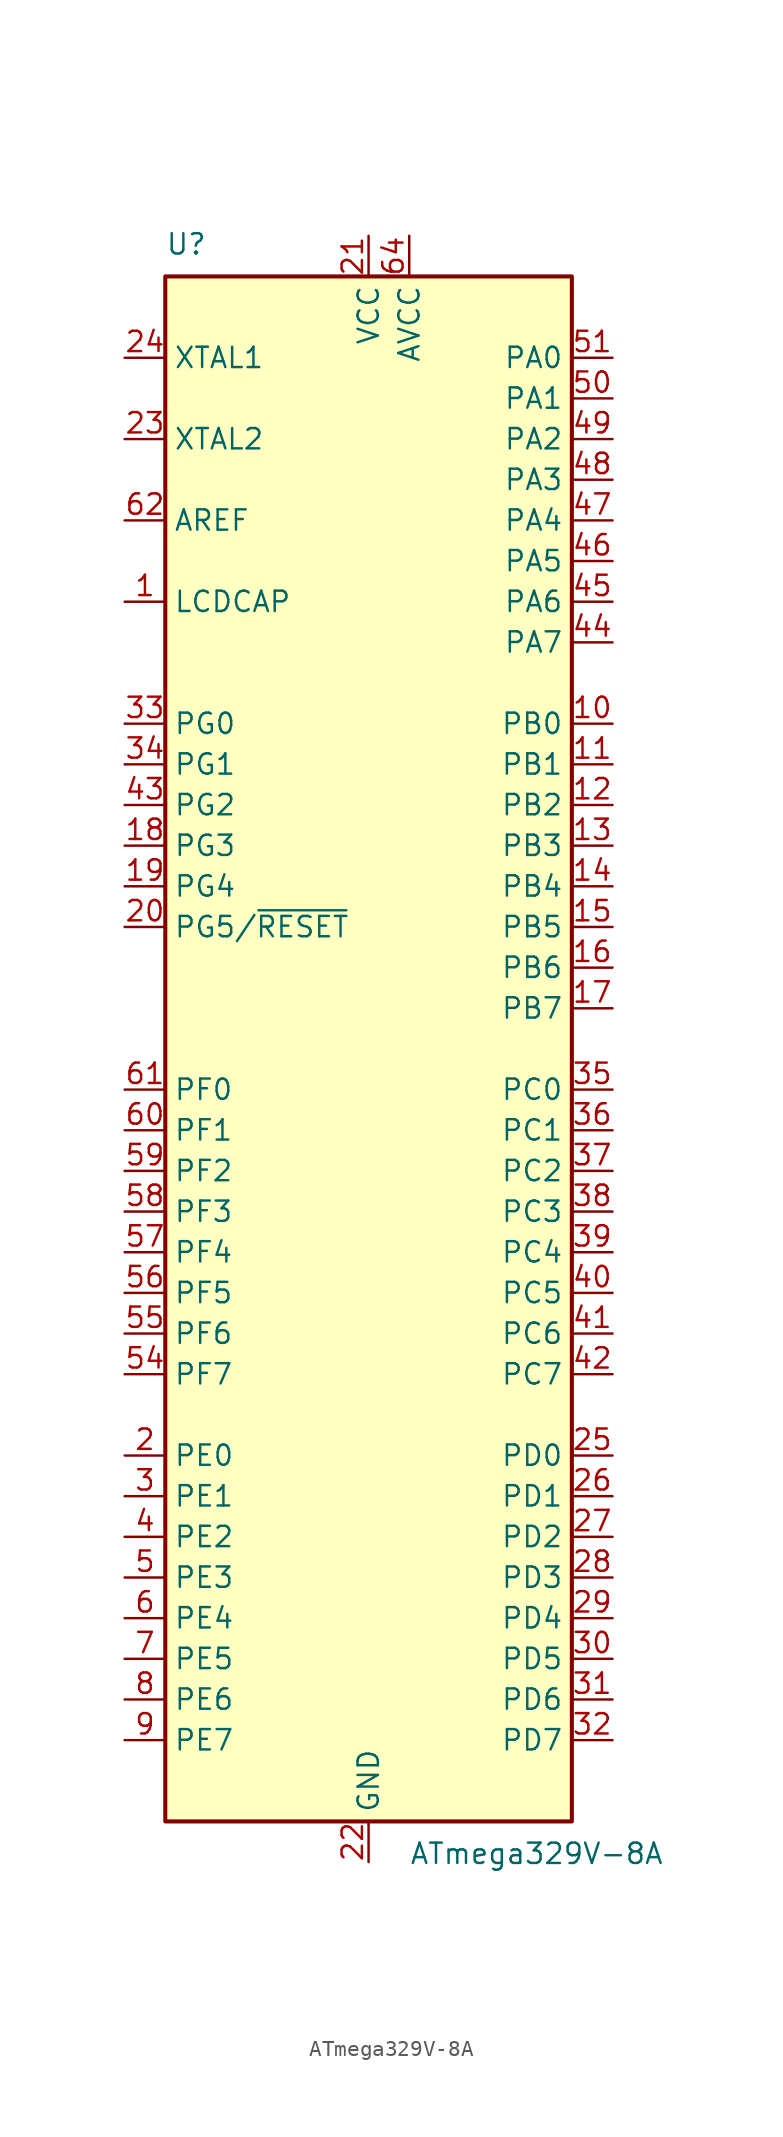
<source format=kicad_sym>
(kicad_symbol_lib
  (version 20201005)
  (generator kicad_symbol_editor)
  (symbol "MCU_Microchip_ATmega:ATmega329V-8A"
    (property "Reference" "U"
      (at -12.7 49.53 0)
      (effects (font (size 1.27 1.27)) (justify left bottom)))
    (property "Value" "ATmega329V-8A"
      (at 2.54 -49.53 0)
      (effects (font (size 1.27 1.27)) (justify left top)))
    (symbol "ATmega329V-8A_0_1"
      (rectangle (start -12.7 -48.26) (end 12.7 48.26) (stroke (width 0.254)) (fill (type background))))
    (symbol "ATmega329V-8A_1_1"
      (pin passive line (at -15.24 27.94 0) (length 2.54) (name "LCDCAP" (effects (font (size 1.27 1.27)))) (number "1" (effects (font (size 1.27 1.27)))))
      (pin bidirectional line (at 15.24 20.32 180) (length 2.54) (name "PB0" (effects (font (size 1.27 1.27)))) (number "10" (effects (font (size 1.27 1.27)))))
      (pin bidirectional line (at 15.24 17.78 180) (length 2.54) (name "PB1" (effects (font (size 1.27 1.27)))) (number "11" (effects (font (size 1.27 1.27)))))
      (pin bidirectional line (at 15.24 15.24 180) (length 2.54) (name "PB2" (effects (font (size 1.27 1.27)))) (number "12" (effects (font (size 1.27 1.27)))))
      (pin bidirectional line (at 15.24 12.7 180) (length 2.54) (name "PB3" (effects (font (size 1.27 1.27)))) (number "13" (effects (font (size 1.27 1.27)))))
      (pin bidirectional line (at 15.24 10.16 180) (length 2.54) (name "PB4" (effects (font (size 1.27 1.27)))) (number "14" (effects (font (size 1.27 1.27)))))
      (pin bidirectional line (at 15.24 7.62 180) (length 2.54) (name "PB5" (effects (font (size 1.27 1.27)))) (number "15" (effects (font (size 1.27 1.27)))))
      (pin bidirectional line (at 15.24 5.08 180) (length 2.54) (name "PB6" (effects (font (size 1.27 1.27)))) (number "16" (effects (font (size 1.27 1.27)))))
      (pin bidirectional line (at 15.24 2.54 180) (length 2.54) (name "PB7" (effects (font (size 1.27 1.27)))) (number "17" (effects (font (size 1.27 1.27)))))
      (pin bidirectional line (at -15.24 12.7 0) (length 2.54) (name "PG3" (effects (font (size 1.27 1.27)))) (number "18" (effects (font (size 1.27 1.27)))))
      (pin bidirectional line (at -15.24 10.16 0) (length 2.54) (name "PG4" (effects (font (size 1.27 1.27)))) (number "19" (effects (font (size 1.27 1.27)))))
      (pin bidirectional line (at -15.24 -25.4 0) (length 2.54) (name "PE0" (effects (font (size 1.27 1.27)))) (number "2" (effects (font (size 1.27 1.27)))))
      (pin bidirectional line (at -15.24 7.62 0) (length 2.54) (name "PG5/~RESET" (effects (font (size 1.27 1.27)))) (number "20" (effects (font (size 1.27 1.27)))))
      (pin power_in line (at 0 50.8 270) (length 2.54) (name "VCC" (effects (font (size 1.27 1.27)))) (number "21" (effects (font (size 1.27 1.27)))))
      (pin power_in line (at 0 -50.8 90) (length 2.54) (name "GND" (effects (font (size 1.27 1.27)))) (number "22" (effects (font (size 1.27 1.27)))))
      (pin output line (at -15.24 38.1 0) (length 2.54) (name "XTAL2" (effects (font (size 1.27 1.27)))) (number "23" (effects (font (size 1.27 1.27)))))
      (pin input line (at -15.24 43.18 0) (length 2.54) (name "XTAL1" (effects (font (size 1.27 1.27)))) (number "24" (effects (font (size 1.27 1.27)))))
      (pin bidirectional line (at 15.24 -25.4 180) (length 2.54) (name "PD0" (effects (font (size 1.27 1.27)))) (number "25" (effects (font (size 1.27 1.27)))))
      (pin bidirectional line (at 15.24 -27.94 180) (length 2.54) (name "PD1" (effects (font (size 1.27 1.27)))) (number "26" (effects (font (size 1.27 1.27)))))
      (pin bidirectional line (at 15.24 -30.48 180) (length 2.54) (name "PD2" (effects (font (size 1.27 1.27)))) (number "27" (effects (font (size 1.27 1.27)))))
      (pin bidirectional line (at 15.24 -33.02 180) (length 2.54) (name "PD3" (effects (font (size 1.27 1.27)))) (number "28" (effects (font (size 1.27 1.27)))))
      (pin bidirectional line (at 15.24 -35.56 180) (length 2.54) (name "PD4" (effects (font (size 1.27 1.27)))) (number "29" (effects (font (size 1.27 1.27)))))
      (pin bidirectional line (at -15.24 -27.94 0) (length 2.54) (name "PE1" (effects (font (size 1.27 1.27)))) (number "3" (effects (font (size 1.27 1.27)))))
      (pin bidirectional line (at 15.24 -38.1 180) (length 2.54) (name "PD5" (effects (font (size 1.27 1.27)))) (number "30" (effects (font (size 1.27 1.27)))))
      (pin bidirectional line (at 15.24 -40.64 180) (length 2.54) (name "PD6" (effects (font (size 1.27 1.27)))) (number "31" (effects (font (size 1.27 1.27)))))
      (pin bidirectional line (at 15.24 -43.18 180) (length 2.54) (name "PD7" (effects (font (size 1.27 1.27)))) (number "32" (effects (font (size 1.27 1.27)))))
      (pin bidirectional line (at -15.24 20.32 0) (length 2.54) (name "PG0" (effects (font (size 1.27 1.27)))) (number "33" (effects (font (size 1.27 1.27)))))
      (pin bidirectional line (at -15.24 17.78 0) (length 2.54) (name "PG1" (effects (font (size 1.27 1.27)))) (number "34" (effects (font (size 1.27 1.27)))))
      (pin bidirectional line (at 15.24 -2.54 180) (length 2.54) (name "PC0" (effects (font (size 1.27 1.27)))) (number "35" (effects (font (size 1.27 1.27)))))
      (pin bidirectional line (at 15.24 -5.08 180) (length 2.54) (name "PC1" (effects (font (size 1.27 1.27)))) (number "36" (effects (font (size 1.27 1.27)))))
      (pin bidirectional line (at 15.24 -7.62 180) (length 2.54) (name "PC2" (effects (font (size 1.27 1.27)))) (number "37" (effects (font (size 1.27 1.27)))))
      (pin bidirectional line (at 15.24 -10.16 180) (length 2.54) (name "PC3" (effects (font (size 1.27 1.27)))) (number "38" (effects (font (size 1.27 1.27)))))
      (pin bidirectional line (at 15.24 -12.7 180) (length 2.54) (name "PC4" (effects (font (size 1.27 1.27)))) (number "39" (effects (font (size 1.27 1.27)))))
      (pin bidirectional line (at -15.24 -30.48 0) (length 2.54) (name "PE2" (effects (font (size 1.27 1.27)))) (number "4" (effects (font (size 1.27 1.27)))))
      (pin bidirectional line (at 15.24 -15.24 180) (length 2.54) (name "PC5" (effects (font (size 1.27 1.27)))) (number "40" (effects (font (size 1.27 1.27)))))
      (pin bidirectional line (at 15.24 -17.78 180) (length 2.54) (name "PC6" (effects (font (size 1.27 1.27)))) (number "41" (effects (font (size 1.27 1.27)))))
      (pin bidirectional line (at 15.24 -20.32 180) (length 2.54) (name "PC7" (effects (font (size 1.27 1.27)))) (number "42" (effects (font (size 1.27 1.27)))))
      (pin bidirectional line (at -15.24 15.24 0) (length 2.54) (name "PG2" (effects (font (size 1.27 1.27)))) (number "43" (effects (font (size 1.27 1.27)))))
      (pin bidirectional line (at 15.24 25.4 180) (length 2.54) (name "PA7" (effects (font (size 1.27 1.27)))) (number "44" (effects (font (size 1.27 1.27)))))
      (pin bidirectional line (at 15.24 27.94 180) (length 2.54) (name "PA6" (effects (font (size 1.27 1.27)))) (number "45" (effects (font (size 1.27 1.27)))))
      (pin bidirectional line (at 15.24 30.48 180) (length 2.54) (name "PA5" (effects (font (size 1.27 1.27)))) (number "46" (effects (font (size 1.27 1.27)))))
      (pin bidirectional line (at 15.24 33.02 180) (length 2.54) (name "PA4" (effects (font (size 1.27 1.27)))) (number "47" (effects (font (size 1.27 1.27)))))
      (pin bidirectional line (at 15.24 35.56 180) (length 2.54) (name "PA3" (effects (font (size 1.27 1.27)))) (number "48" (effects (font (size 1.27 1.27)))))
      (pin bidirectional line (at 15.24 38.1 180) (length 2.54) (name "PA2" (effects (font (size 1.27 1.27)))) (number "49" (effects (font (size 1.27 1.27)))))
      (pin bidirectional line (at -15.24 -33.02 0) (length 2.54) (name "PE3" (effects (font (size 1.27 1.27)))) (number "5" (effects (font (size 1.27 1.27)))))
      (pin bidirectional line (at 15.24 40.64 180) (length 2.54) (name "PA1" (effects (font (size 1.27 1.27)))) (number "50" (effects (font (size 1.27 1.27)))))
      (pin bidirectional line (at 15.24 43.18 180) (length 2.54) (name "PA0" (effects (font (size 1.27 1.27)))) (number "51" (effects (font (size 1.27 1.27)))))
      (pin passive line (at 0 50.8 270) (length 2.54) hide (name "VCC" (effects (font (size 1.27 1.27)))) (number "52" (effects (font (size 1.27 1.27)))))
      (pin passive line (at 0 -50.8 90) (length 2.54) hide (name "GND" (effects (font (size 1.27 1.27)))) (number "53" (effects (font (size 1.27 1.27)))))
      (pin bidirectional line (at -15.24 -20.32 0) (length 2.54) (name "PF7" (effects (font (size 1.27 1.27)))) (number "54" (effects (font (size 1.27 1.27)))))
      (pin bidirectional line (at -15.24 -17.78 0) (length 2.54) (name "PF6" (effects (font (size 1.27 1.27)))) (number "55" (effects (font (size 1.27 1.27)))))
      (pin bidirectional line (at -15.24 -15.24 0) (length 2.54) (name "PF5" (effects (font (size 1.27 1.27)))) (number "56" (effects (font (size 1.27 1.27)))))
      (pin bidirectional line (at -15.24 -12.7 0) (length 2.54) (name "PF4" (effects (font (size 1.27 1.27)))) (number "57" (effects (font (size 1.27 1.27)))))
      (pin bidirectional line (at -15.24 -10.16 0) (length 2.54) (name "PF3" (effects (font (size 1.27 1.27)))) (number "58" (effects (font (size 1.27 1.27)))))
      (pin bidirectional line (at -15.24 -7.62 0) (length 2.54) (name "PF2" (effects (font (size 1.27 1.27)))) (number "59" (effects (font (size 1.27 1.27)))))
      (pin bidirectional line (at -15.24 -35.56 0) (length 2.54) (name "PE4" (effects (font (size 1.27 1.27)))) (number "6" (effects (font (size 1.27 1.27)))))
      (pin bidirectional line (at -15.24 -5.08 0) (length 2.54) (name "PF1" (effects (font (size 1.27 1.27)))) (number "60" (effects (font (size 1.27 1.27)))))
      (pin bidirectional line (at -15.24 -2.54 0) (length 2.54) (name "PF0" (effects (font (size 1.27 1.27)))) (number "61" (effects (font (size 1.27 1.27)))))
      (pin passive line (at -15.24 33.02 0) (length 2.54) (name "AREF" (effects (font (size 1.27 1.27)))) (number "62" (effects (font (size 1.27 1.27)))))
      (pin passive line (at 0 -50.8 90) (length 2.54) hide (name "GND" (effects (font (size 1.27 1.27)))) (number "63" (effects (font (size 1.27 1.27)))))
      (pin power_in line (at 2.54 50.8 270) (length 2.54) (name "AVCC" (effects (font (size 1.27 1.27)))) (number "64" (effects (font (size 1.27 1.27)))))
      (pin bidirectional line (at -15.24 -38.1 0) (length 2.54) (name "PE5" (effects (font (size 1.27 1.27)))) (number "7" (effects (font (size 1.27 1.27)))))
      (pin bidirectional line (at -15.24 -40.64 0) (length 2.54) (name "PE6" (effects (font (size 1.27 1.27)))) (number "8" (effects (font (size 1.27 1.27)))))
      (pin bidirectional line (at -15.24 -43.18 0) (length 2.54) (name "PE7" (effects (font (size 1.27 1.27)))) (number "9" (effects (font (size 1.27 1.27))))))))
</source>
